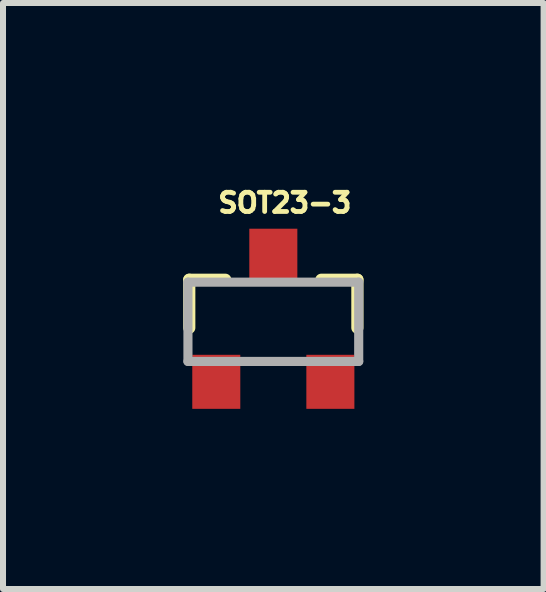
<source format=kicad_pcb>
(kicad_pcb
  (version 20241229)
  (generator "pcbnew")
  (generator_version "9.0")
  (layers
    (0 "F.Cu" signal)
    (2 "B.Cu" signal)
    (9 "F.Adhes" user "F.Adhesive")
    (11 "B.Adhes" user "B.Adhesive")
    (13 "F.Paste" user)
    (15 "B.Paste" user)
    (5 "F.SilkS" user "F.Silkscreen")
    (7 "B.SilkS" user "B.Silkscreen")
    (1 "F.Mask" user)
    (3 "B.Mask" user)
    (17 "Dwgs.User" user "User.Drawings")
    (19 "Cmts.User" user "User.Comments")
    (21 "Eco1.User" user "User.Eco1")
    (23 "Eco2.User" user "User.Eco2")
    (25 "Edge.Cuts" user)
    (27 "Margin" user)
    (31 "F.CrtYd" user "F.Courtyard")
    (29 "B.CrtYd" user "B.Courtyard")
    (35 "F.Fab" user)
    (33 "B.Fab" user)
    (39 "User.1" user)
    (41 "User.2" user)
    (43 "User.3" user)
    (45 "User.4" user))
  (footprint "SOT23-3"
    (layer "F.Cu")
    (at 1.502 2.309)
    (property "Reference" "SOT23-3" (at 0.191 -1.981 0) (layer "F.SilkS") (effects (font (size 0.32 0.32) (thickness 0.08))))
    (attr smd)
    (fp_line (start -1.4 -0.7) (end -1.4 0.1) (stroke (width 0.203) (type solid)) (layer "F.SilkS"))
    (fp_line (start -0.8 -0.7) (end -1.4 -0.7) (stroke (width 0.203) (type solid)) (layer "F.SilkS"))
    (fp_line (start 0.8 -0.7) (end 1.4 -0.7) (stroke (width 0.203) (type solid)) (layer "F.SilkS"))
    (fp_line (start 1.4 -0.7) (end 1.4 0.1) (stroke (width 0.203) (type solid)) (layer "F.SilkS"))
    (fp_line (start -1.422 -0.66) (end 1.422 -0.66) (stroke (width 0.152) (type solid)) (layer "F.Fab"))
    (fp_line (start -1.422 0.66) (end -1.422 -0.66) (stroke (width 0.152) (type solid)) (layer "F.Fab"))
    (fp_line (start 1.422 -0.66) (end 1.422 0.66) (stroke (width 0.152) (type solid)) (layer "F.Fab"))
    (fp_line (start 1.422 0.66) (end -1.422 0.66) (stroke (width 0.152) (type solid)) (layer "F.Fab"))
    (pad "1" smd rect (at -0.95 1) (size 0.8 0.9) (layers "F.Cu" "F.Mask" "F.Paste"))
    (pad "2" smd rect (at 0.95 1) (size 0.8 0.9) (layers "F.Cu" "F.Mask" "F.Paste"))
    (pad "3" smd rect (at 0 -1.1) (size 0.8 0.9) (layers "F.Cu" "F.Mask" "F.Paste")))
  (gr_rect
    (start -3 -3)
    (end 6.003 6.759)
    (stroke (width 0.1) (type default))
    (fill no)
    (layer "Edge.Cuts")))
</source>
